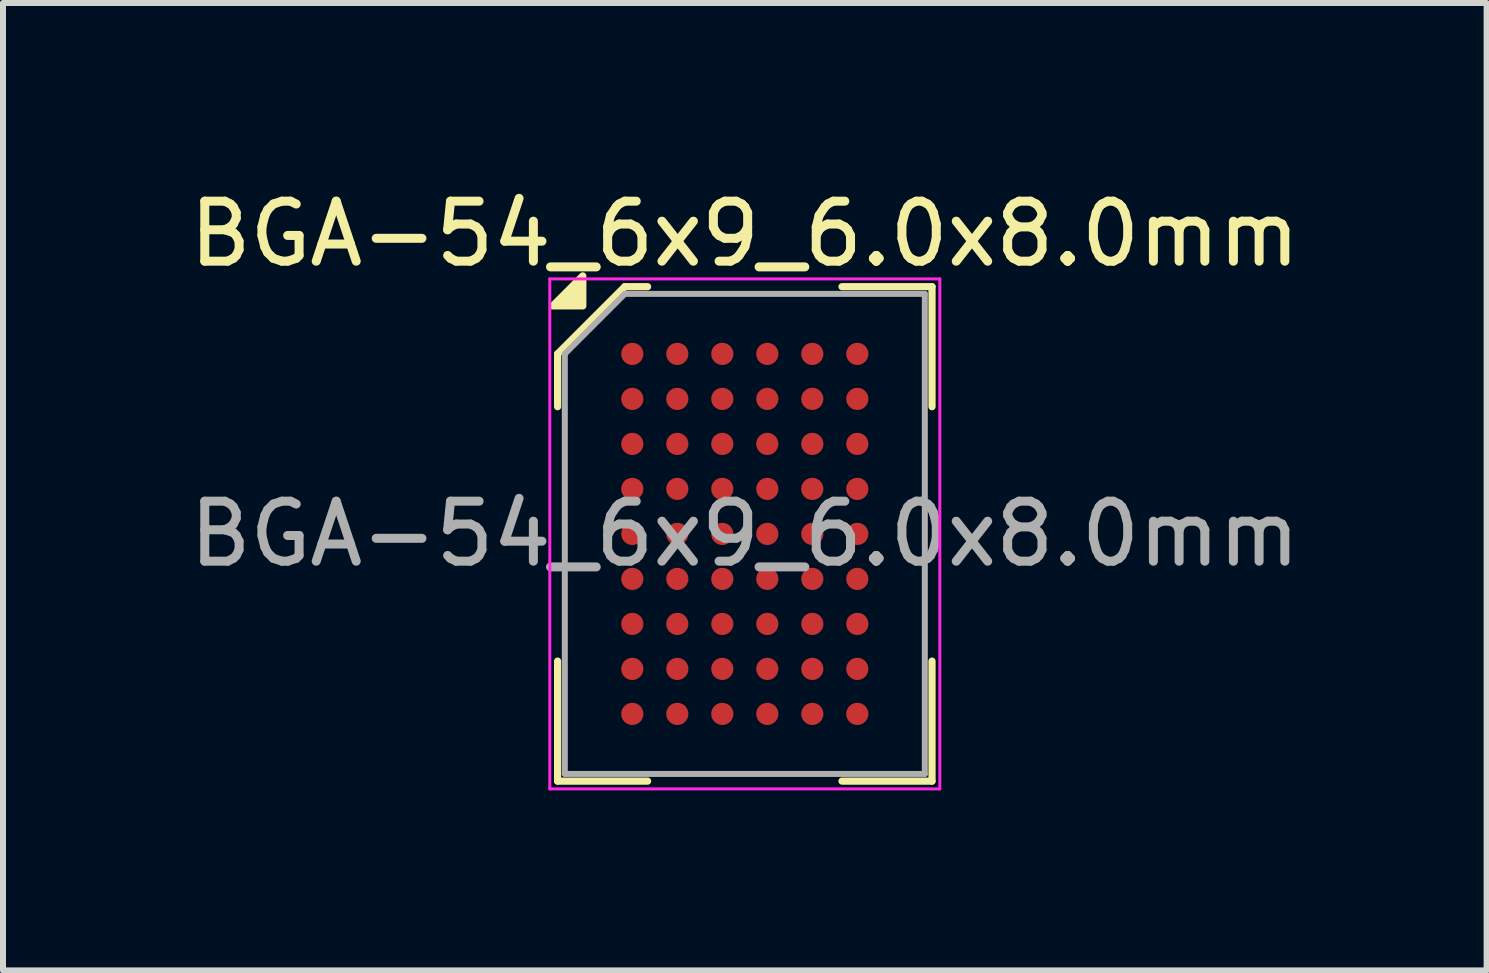
<source format=kicad_pcb>
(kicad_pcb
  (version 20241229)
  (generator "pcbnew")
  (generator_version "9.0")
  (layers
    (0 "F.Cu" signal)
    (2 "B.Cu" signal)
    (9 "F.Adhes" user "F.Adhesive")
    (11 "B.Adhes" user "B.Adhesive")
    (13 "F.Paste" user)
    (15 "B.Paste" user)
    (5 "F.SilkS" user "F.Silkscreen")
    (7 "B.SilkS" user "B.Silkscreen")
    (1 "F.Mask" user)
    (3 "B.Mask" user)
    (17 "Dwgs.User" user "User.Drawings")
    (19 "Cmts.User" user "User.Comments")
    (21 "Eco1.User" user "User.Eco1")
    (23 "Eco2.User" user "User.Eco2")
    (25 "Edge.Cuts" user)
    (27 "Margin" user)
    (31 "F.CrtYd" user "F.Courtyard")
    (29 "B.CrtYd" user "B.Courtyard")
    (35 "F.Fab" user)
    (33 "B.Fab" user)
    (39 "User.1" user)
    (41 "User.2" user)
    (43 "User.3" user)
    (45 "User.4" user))
  (footprint "BGA-54_6x9_6.0x8.0mm"
    (layer "F.Cu")
    (at 9.363 5.848)
    (property "Reference" "BGA-54_6x9_6.0x8.0mm" (at 0 -5 0) (layer "F.SilkS") (effects (font (size 1 1) (thickness 0.15))))
    (attr smd)
    (fp_line (start -3.12 -3) (end -3.12 -2.12) (stroke (width 0.12) (type default)) (layer "F.SilkS"))
    (fp_line (start -3.12 4.12) (end -3.12 2.12) (stroke (width 0.12) (type default)) (layer "F.SilkS"))
    (fp_line (start -2 -4.12) (end -3.12 -3) (stroke (width 0.12) (type default)) (layer "F.SilkS"))
    (fp_line (start -1.62 -4.12) (end -2 -4.12) (stroke (width 0.12) (type default)) (layer "F.SilkS"))
    (fp_line (start -1.62 4.12) (end -3.12 4.12) (stroke (width 0.12) (type default)) (layer "F.SilkS"))
    (fp_line (start 1.62 -4.12) (end 3.12 -4.12) (stroke (width 0.12) (type default)) (layer "F.SilkS"))
    (fp_line (start 1.62 4.12) (end 3.12 4.12) (stroke (width 0.12) (type default)) (layer "F.SilkS"))
    (fp_line (start 3.12 -4.12) (end 3.12 -2.12) (stroke (width 0.12) (type default)) (layer "F.SilkS"))
    (fp_line (start 3.12 4.12) (end 3.12 2.12) (stroke (width 0.12) (type default)) (layer "F.SilkS"))
    (fp_poly (pts (xy -2.7 -3.8) (xy -3.2 -3.8) (xy -2.7 -4.3) (xy -2.7 -3.8)) (stroke (width 0.12) (type solid)) (fill yes) (layer "F.SilkS"))
    (fp_line (start -3.25 -4.25) (end 3.25 -4.25) (stroke (width 0.05) (type default)) (layer "F.CrtYd"))
    (fp_line (start -3.25 4.25) (end -3.25 -4.25) (stroke (width 0.05) (type default)) (layer "F.CrtYd"))
    (fp_line (start 3.25 -4.25) (end 3.25 4.25) (stroke (width 0.05) (type default)) (layer "F.CrtYd"))
    (fp_line (start 3.25 4.25) (end -3.25 4.25) (stroke (width 0.05) (type default)) (layer "F.CrtYd"))
    (fp_line (start -3 -3) (end -3 4) (stroke (width 0.1) (type default)) (layer "F.Fab"))
    (fp_line (start -3 4) (end 3 4) (stroke (width 0.1) (type default)) (layer "F.Fab"))
    (fp_line (start -2 -4) (end -3 -3) (stroke (width 0.1) (type default)) (layer "F.Fab"))
    (fp_line (start 3 -4) (end -2 -4) (stroke (width 0.1) (type default)) (layer "F.Fab"))
    (fp_line (start 3 4) (end 3 -4) (stroke (width 0.1) (type default)) (layer "F.Fab"))
    (fp_text user "${REFERENCE}" (at 0 0 0) (layer "F.Fab") (effects (font (size 1 1) (thickness 0.15))))
    (pad "A1" smd circle (at -1.875 -3) (size 0.37 0.37) (layers "F.Cu" "F.Mask" "F.Paste"))
    (pad "A2" smd circle (at -1.125 -3) (size 0.37 0.37) (layers "F.Cu" "F.Mask" "F.Paste"))
    (pad "A3" smd circle (at -0.375 -3) (size 0.37 0.37) (layers "F.Cu" "F.Mask" "F.Paste"))
    (pad "A4" smd circle (at 0.375 -3) (size 0.37 0.37) (layers "F.Cu" "F.Mask" "F.Paste"))
    (pad "A5" smd circle (at 1.125 -3) (size 0.37 0.37) (layers "F.Cu" "F.Mask" "F.Paste"))
    (pad "A6" smd circle (at 1.875 -3) (size 0.37 0.37) (layers "F.Cu" "F.Mask" "F.Paste"))
    (pad "B1" smd circle (at -1.875 -2.25) (size 0.37 0.37) (layers "F.Cu" "F.Mask" "F.Paste"))
    (pad "B2" smd circle (at -1.125 -2.25) (size 0.37 0.37) (layers "F.Cu" "F.Mask" "F.Paste"))
    (pad "B3" smd circle (at -0.375 -2.25) (size 0.37 0.37) (layers "F.Cu" "F.Mask" "F.Paste"))
    (pad "B4" smd circle (at 0.375 -2.25) (size 0.37 0.37) (layers "F.Cu" "F.Mask" "F.Paste"))
    (pad "B5" smd circle (at 1.125 -2.25) (size 0.37 0.37) (layers "F.Cu" "F.Mask" "F.Paste"))
    (pad "B6" smd circle (at 1.875 -2.25) (size 0.37 0.37) (layers "F.Cu" "F.Mask" "F.Paste"))
    (pad "C1" smd circle (at -1.875 -1.5) (size 0.37 0.37) (layers "F.Cu" "F.Mask" "F.Paste"))
    (pad "C2" smd circle (at -1.125 -1.5) (size 0.37 0.37) (layers "F.Cu" "F.Mask" "F.Paste"))
    (pad "C3" smd circle (at -0.375 -1.5) (size 0.37 0.37) (layers "F.Cu" "F.Mask" "F.Paste"))
    (pad "C4" smd circle (at 0.375 -1.5) (size 0.37 0.37) (layers "F.Cu" "F.Mask" "F.Paste"))
    (pad "C5" smd circle (at 1.125 -1.5) (size 0.37 0.37) (layers "F.Cu" "F.Mask" "F.Paste"))
    (pad "C6" smd circle (at 1.875 -1.5) (size 0.37 0.37) (layers "F.Cu" "F.Mask" "F.Paste"))
    (pad "D1" smd circle (at -1.875 -0.75) (size 0.37 0.37) (layers "F.Cu" "F.Mask" "F.Paste"))
    (pad "D2" smd circle (at -1.125 -0.75) (size 0.37 0.37) (layers "F.Cu" "F.Mask" "F.Paste"))
    (pad "D3" smd circle (at -0.375 -0.75) (size 0.37 0.37) (layers "F.Cu" "F.Mask" "F.Paste"))
    (pad "D4" smd circle (at 0.375 -0.75) (size 0.37 0.37) (layers "F.Cu" "F.Mask" "F.Paste"))
    (pad "D5" smd circle (at 1.125 -0.75) (size 0.37 0.37) (layers "F.Cu" "F.Mask" "F.Paste"))
    (pad "D6" smd circle (at 1.875 -0.75) (size 0.37 0.37) (layers "F.Cu" "F.Mask" "F.Paste"))
    (pad "E1" smd circle (at -1.875 0) (size 0.37 0.37) (layers "F.Cu" "F.Mask" "F.Paste"))
    (pad "E2" smd circle (at -1.125 0) (size 0.37 0.37) (layers "F.Cu" "F.Mask" "F.Paste"))
    (pad "E3" smd circle (at -0.375 0) (size 0.37 0.37) (layers "F.Cu" "F.Mask" "F.Paste"))
    (pad "E4" smd circle (at 0.375 0) (size 0.37 0.37) (layers "F.Cu" "F.Mask" "F.Paste"))
    (pad "E5" smd circle (at 1.125 0) (size 0.37 0.37) (layers "F.Cu" "F.Mask" "F.Paste"))
    (pad "E6" smd circle (at 1.875 0) (size 0.37 0.37) (layers "F.Cu" "F.Mask" "F.Paste"))
    (pad "F1" smd circle (at -1.875 0.75) (size 0.37 0.37) (layers "F.Cu" "F.Mask" "F.Paste"))
    (pad "F2" smd circle (at -1.125 0.75) (size 0.37 0.37) (layers "F.Cu" "F.Mask" "F.Paste"))
    (pad "F3" smd circle (at -0.375 0.75) (size 0.37 0.37) (layers "F.Cu" "F.Mask" "F.Paste"))
    (pad "F4" smd circle (at 0.375 0.75) (size 0.37 0.37) (layers "F.Cu" "F.Mask" "F.Paste"))
    (pad "F5" smd circle (at 1.125 0.75) (size 0.37 0.37) (layers "F.Cu" "F.Mask" "F.Paste"))
    (pad "F6" smd circle (at 1.875 0.75) (size 0.37 0.37) (layers "F.Cu" "F.Mask" "F.Paste"))
    (pad "G1" smd circle (at -1.875 1.5) (size 0.37 0.37) (layers "F.Cu" "F.Mask" "F.Paste"))
    (pad "G2" smd circle (at -1.125 1.5) (size 0.37 0.37) (layers "F.Cu" "F.Mask" "F.Paste"))
    (pad "G3" smd circle (at -0.375 1.5) (size 0.37 0.37) (layers "F.Cu" "F.Mask" "F.Paste"))
    (pad "G4" smd circle (at 0.375 1.5) (size 0.37 0.37) (layers "F.Cu" "F.Mask" "F.Paste"))
    (pad "G5" smd circle (at 1.125 1.5) (size 0.37 0.37) (layers "F.Cu" "F.Mask" "F.Paste"))
    (pad "G6" smd circle (at 1.875 1.5) (size 0.37 0.37) (layers "F.Cu" "F.Mask" "F.Paste"))
    (pad "H1" smd circle (at -1.875 2.25) (size 0.37 0.37) (layers "F.Cu" "F.Mask" "F.Paste"))
    (pad "H2" smd circle (at -1.125 2.25) (size 0.37 0.37) (layers "F.Cu" "F.Mask" "F.Paste"))
    (pad "H3" smd circle (at -0.375 2.25) (size 0.37 0.37) (layers "F.Cu" "F.Mask" "F.Paste"))
    (pad "H4" smd circle (at 0.375 2.25) (size 0.37 0.37) (layers "F.Cu" "F.Mask" "F.Paste"))
    (pad "H5" smd circle (at 1.125 2.25) (size 0.37 0.37) (layers "F.Cu" "F.Mask" "F.Paste"))
    (pad "H6" smd circle (at 1.875 2.25) (size 0.37 0.37) (layers "F.Cu" "F.Mask" "F.Paste"))
    (pad "J1" smd circle (at -1.875 3) (size 0.37 0.37) (layers "F.Cu" "F.Mask" "F.Paste"))
    (pad "J2" smd circle (at -1.125 3) (size 0.37 0.37) (layers "F.Cu" "F.Mask" "F.Paste"))
    (pad "J3" smd circle (at -0.375 3) (size 0.37 0.37) (layers "F.Cu" "F.Mask" "F.Paste"))
    (pad "J4" smd circle (at 0.375 3) (size 0.37 0.37) (layers "F.Cu" "F.Mask" "F.Paste"))
    (pad "J5" smd circle (at 1.125 3) (size 0.37 0.37) (layers "F.Cu" "F.Mask" "F.Paste"))
    (pad "J6" smd circle (at 1.875 3) (size 0.37 0.37) (layers "F.Cu" "F.Mask" "F.Paste")))
  (gr_rect
    (start -3 -3)
    (end 21.726 13.123)
    (stroke (width 0.1) (type default))
    (fill no)
    (layer "Edge.Cuts")))
</source>
